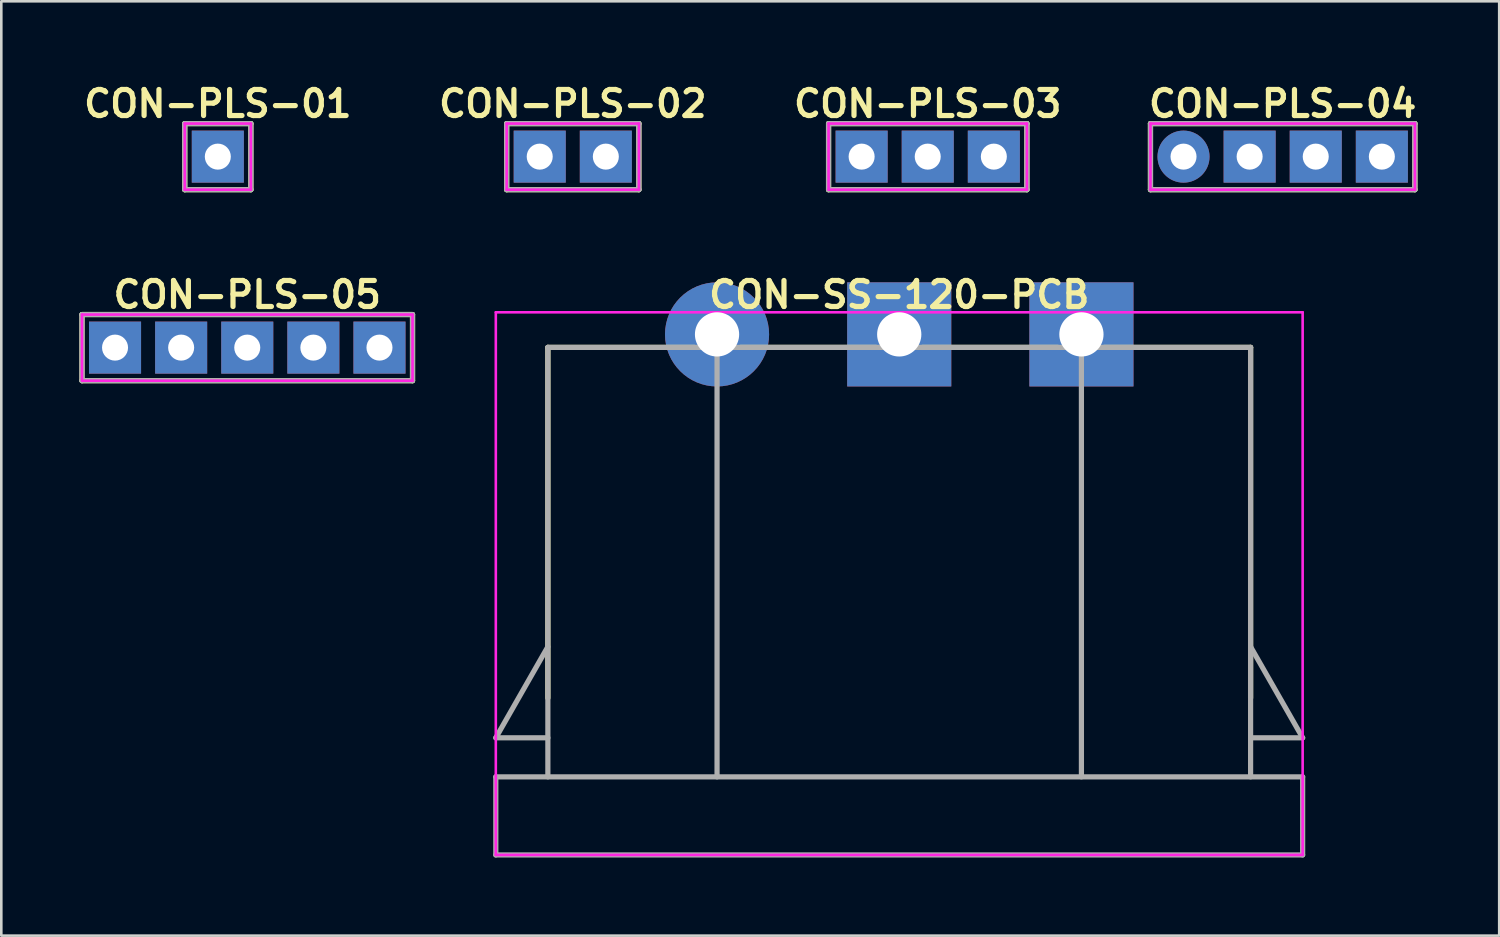
<source format=kicad_pcb>
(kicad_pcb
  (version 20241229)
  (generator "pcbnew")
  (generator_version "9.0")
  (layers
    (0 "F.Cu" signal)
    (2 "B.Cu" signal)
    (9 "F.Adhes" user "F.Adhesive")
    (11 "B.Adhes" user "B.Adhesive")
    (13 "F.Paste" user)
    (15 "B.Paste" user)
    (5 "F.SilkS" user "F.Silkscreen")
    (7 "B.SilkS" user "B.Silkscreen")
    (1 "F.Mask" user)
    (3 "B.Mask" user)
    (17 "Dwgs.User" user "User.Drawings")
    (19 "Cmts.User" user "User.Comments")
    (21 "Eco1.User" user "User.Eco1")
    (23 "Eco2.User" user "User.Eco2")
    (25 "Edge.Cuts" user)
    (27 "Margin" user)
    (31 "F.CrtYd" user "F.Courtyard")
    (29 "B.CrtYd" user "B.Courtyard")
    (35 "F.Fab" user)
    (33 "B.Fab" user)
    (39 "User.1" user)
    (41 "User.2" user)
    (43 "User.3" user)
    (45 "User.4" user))
  (footprint "CON-PLS-04"
    (layer "F.Cu")
    (at 46.233 2.968)
    (property "Reference" "CON-PLS-04" (at 0 -2.032 0) (layer "F.SilkS") (effects (font (size 1 1) (thickness 0.2))))
    (attr through_hole)
    (fp_line (start -5.08 -1.27) (end -5.08 1.27) (stroke (width 0.2) (type solid)) (layer "F.SilkS"))
    (fp_line (start -5.08 -1.27) (end 5.08 -1.27) (stroke (width 0.2) (type solid)) (layer "F.SilkS"))
    (fp_line (start -5.08 1.27) (end 5.08 1.27) (stroke (width 0.2) (type solid)) (layer "F.SilkS"))
    (fp_line (start 5.08 -1.27) (end 5.08 1.27) (stroke (width 0.2) (type solid)) (layer "F.SilkS"))
    (fp_line (start -5.08 -1.27) (end -5.08 1.27) (stroke (width 0.1) (type solid)) (layer "F.CrtYd"))
    (fp_line (start -5.08 -1.27) (end 5.08 -1.27) (stroke (width 0.1) (type solid)) (layer "F.CrtYd"))
    (fp_line (start -5.08 1.27) (end 5.08 1.27) (stroke (width 0.1) (type solid)) (layer "F.CrtYd"))
    (fp_line (start 5.08 -1.27) (end 5.08 1.27) (stroke (width 0.1) (type solid)) (layer "F.CrtYd"))
    (fp_line (start -5.08 -1.27) (end -5.08 1.27) (stroke (width 0.2) (type solid)) (layer "F.Fab"))
    (fp_line (start -5.08 -1.27) (end 5.08 -1.27) (stroke (width 0.2) (type solid)) (layer "F.Fab"))
    (fp_line (start -5.08 1.27) (end 5.08 1.27) (stroke (width 0.2) (type solid)) (layer "F.Fab"))
    (fp_line (start 5.08 -1.27) (end 5.08 1.27) (stroke (width 0.2) (type solid)) (layer "F.Fab"))
    (pad "1" thru_hole circle (at -3.81 0) (size 2 2) (drill 1) (layers "B.Cu" "B.Mask"))
    (pad "2" thru_hole rect (at -1.27 0) (size 2 2) (drill 1) (layers "B.Cu" "B.Mask"))
    (pad "3" thru_hole rect (at 1.27 0) (size 2 2) (drill 1) (layers "B.Cu" "B.Mask"))
    (pad "4" thru_hole rect (at 3.81 0) (size 2 2) (drill 1) (layers "B.Cu" "B.Mask")))
  (footprint "CON-PLS-02"
    (layer "F.Cu")
    (at 18.957 2.968)
    (property "Reference" "CON-PLS-02" (at 0 -2.032 0) (layer "F.SilkS") (effects (font (size 1 1) (thickness 0.2))))
    (attr through_hole)
    (fp_line (start -2.54 -1.27) (end -2.54 1.27) (stroke (width 0.2) (type solid)) (layer "F.SilkS"))
    (fp_line (start -2.54 -1.27) (end 2.54 -1.27) (stroke (width 0.2) (type solid)) (layer "F.SilkS"))
    (fp_line (start -2.54 1.27) (end 2.54 1.27) (stroke (width 0.2) (type solid)) (layer "F.SilkS"))
    (fp_line (start 2.54 -1.27) (end 2.54 1.27) (stroke (width 0.2) (type solid)) (layer "F.SilkS"))
    (fp_line (start -2.54 -1.27) (end -2.54 1.27) (stroke (width 0.1) (type solid)) (layer "F.CrtYd"))
    (fp_line (start -2.54 -1.27) (end 2.54 -1.27) (stroke (width 0.1) (type solid)) (layer "F.CrtYd"))
    (fp_line (start -2.54 1.27) (end 2.54 1.27) (stroke (width 0.1) (type solid)) (layer "F.CrtYd"))
    (fp_line (start 2.54 -1.27) (end 2.54 1.27) (stroke (width 0.1) (type solid)) (layer "F.CrtYd"))
    (fp_line (start -2.54 -1.27) (end -2.54 1.27) (stroke (width 0.2) (type solid)) (layer "F.Fab"))
    (fp_line (start -2.54 -1.27) (end 2.54 -1.27) (stroke (width 0.2) (type solid)) (layer "F.Fab"))
    (fp_line (start -2.54 1.27) (end 2.54 1.27) (stroke (width 0.2) (type solid)) (layer "F.Fab"))
    (fp_line (start 2.54 -1.27) (end 2.54 1.27) (stroke (width 0.2) (type solid)) (layer "F.Fab"))
    (pad "1" thru_hole rect (at -1.27 0) (size 2 2) (drill 1) (layers "B.Cu" "B.Mask"))
    (pad "2" thru_hole rect (at 1.27 0) (size 2 2) (drill 1) (layers "B.Cu" "B.Mask")))
  (footprint "CON-PLS-03"
    (layer "F.Cu")
    (at 32.595 2.968)
    (property "Reference" "CON-PLS-03" (at 0 -2.032 0) (layer "F.SilkS") (effects (font (size 1 1) (thickness 0.2))))
    (attr through_hole)
    (fp_line (start -3.81 -1.27) (end -3.81 1.27) (stroke (width 0.2) (type solid)) (layer "F.SilkS"))
    (fp_line (start -3.81 -1.27) (end 3.81 -1.27) (stroke (width 0.2) (type solid)) (layer "F.SilkS"))
    (fp_line (start -3.81 1.27) (end 3.81 1.27) (stroke (width 0.2) (type solid)) (layer "F.SilkS"))
    (fp_line (start 3.81 -1.27) (end 3.81 1.27) (stroke (width 0.2) (type solid)) (layer "F.SilkS"))
    (fp_line (start -3.81 -1.27) (end -3.81 1.27) (stroke (width 0.1) (type solid)) (layer "F.CrtYd"))
    (fp_line (start -3.81 -1.27) (end 3.81 -1.27) (stroke (width 0.1) (type solid)) (layer "F.CrtYd"))
    (fp_line (start -3.81 1.27) (end 3.81 1.27) (stroke (width 0.1) (type solid)) (layer "F.CrtYd"))
    (fp_line (start 3.81 -1.27) (end 3.81 1.27) (stroke (width 0.1) (type solid)) (layer "F.CrtYd"))
    (fp_line (start -3.81 -1.27) (end -3.81 1.27) (stroke (width 0.2) (type solid)) (layer "F.Fab"))
    (fp_line (start -3.81 -1.27) (end 3.81 -1.27) (stroke (width 0.2) (type solid)) (layer "F.Fab"))
    (fp_line (start -3.81 1.27) (end 3.81 1.27) (stroke (width 0.2) (type solid)) (layer "F.Fab"))
    (fp_line (start 3.81 -1.27) (end 3.81 1.27) (stroke (width 0.2) (type solid)) (layer "F.Fab"))
    (pad "1" thru_hole rect (at -2.54 0) (size 2 2) (drill 1) (layers "B.Cu" "B.Mask"))
    (pad "2" thru_hole rect (at 0 0) (size 2 2) (drill 1) (layers "B.Cu" "B.Mask"))
    (pad "3" thru_hole rect (at 2.54 0) (size 2 2) (drill 1) (layers "B.Cu" "B.Mask")))
  (footprint "CON-PLS-05"
    (layer "F.Cu")
    (at 6.45 10.306)
    (property "Reference" "CON-PLS-05" (at 0 -2.032 0) (layer "F.SilkS") (effects (font (size 1 1) (thickness 0.2))))
    (attr through_hole)
    (fp_line (start -6.35 -1.27) (end -6.35 1.27) (stroke (width 0.2) (type solid)) (layer "F.SilkS"))
    (fp_line (start -6.35 -1.27) (end 6.35 -1.27) (stroke (width 0.2) (type solid)) (layer "F.SilkS"))
    (fp_line (start -6.35 1.27) (end 6.35 1.27) (stroke (width 0.2) (type solid)) (layer "F.SilkS"))
    (fp_line (start 6.35 -1.27) (end 6.35 1.27) (stroke (width 0.2) (type solid)) (layer "F.SilkS"))
    (fp_line (start -6.35 -1.27) (end -6.35 1.27) (stroke (width 0.1) (type solid)) (layer "F.CrtYd"))
    (fp_line (start -6.35 -1.27) (end 6.35 -1.27) (stroke (width 0.1) (type solid)) (layer "F.CrtYd"))
    (fp_line (start -6.35 1.27) (end 6.35 1.27) (stroke (width 0.1) (type solid)) (layer "F.CrtYd"))
    (fp_line (start 6.35 -1.27) (end 6.35 1.27) (stroke (width 0.1) (type solid)) (layer "F.CrtYd"))
    (fp_line (start -6.35 -1.27) (end -6.35 1.27) (stroke (width 0.2) (type solid)) (layer "F.Fab"))
    (fp_line (start -6.35 -1.27) (end 6.35 -1.27) (stroke (width 0.2) (type solid)) (layer "F.Fab"))
    (fp_line (start -6.35 1.27) (end 6.35 1.27) (stroke (width 0.2) (type solid)) (layer "F.Fab"))
    (fp_line (start 6.35 -1.27) (end 6.35 1.27) (stroke (width 0.2) (type solid)) (layer "F.Fab"))
    (pad "1" thru_hole rect (at -5.08 0) (size 2 2) (drill 1) (layers "B.Cu" "B.Mask"))
    (pad "2" thru_hole rect (at -2.54 0) (size 2 2) (drill 1) (layers "B.Cu" "B.Mask"))
    (pad "3" thru_hole rect (at 0 0) (size 2 2) (drill 1) (layers "B.Cu" "B.Mask"))
    (pad "4" thru_hole rect (at 2.54 0) (size 2 2) (drill 1) (layers "B.Cu" "B.Mask"))
    (pad "5" thru_hole rect (at 5.08 0) (size 2 2) (drill 1) (layers "B.Cu" "B.Mask")))
  (footprint "CON-SS-120-PCB"
    (layer "F.Cu")
    (at 31.5 9.798)
    (property "Reference" "CON-SS-120-PCB" (at 0 -1.524 0) (layer "F.SilkS") (effects (font (size 1 1) (thickness 0.2))))
    (attr through_hole)
    (fp_line (start -13.5 0.5) (end -13.5 13.97) (stroke (width 0.2) (type solid)) (layer "F.SilkS"))
    (fp_line (start -13.5 0.5) (end -7.874 0.5) (stroke (width 0.2) (type solid)) (layer "F.SilkS"))
    (fp_line (start -6.096 0.5) (end -0.889 0.5) (stroke (width 0.2) (type solid)) (layer "F.SilkS"))
    (fp_line (start 0.889 0.5) (end 6.096 0.5) (stroke (width 0.2) (type solid)) (layer "F.SilkS"))
    (fp_line (start 7.874 0.5) (end 13.5 0.5) (stroke (width 0.2) (type solid)) (layer "F.SilkS"))
    (fp_line (start 13.5 0.5) (end 13.5 13.97) (stroke (width 0.2) (type solid)) (layer "F.SilkS"))
    (fp_line (start -15.5 -0.85) (end -15.5 20) (stroke (width 0.1) (type solid)) (layer "F.CrtYd"))
    (fp_line (start -15.5 -0.85) (end 15.5 -0.85) (stroke (width 0.1) (type solid)) (layer "F.CrtYd"))
    (fp_line (start -15.5 20) (end 15.5 20) (stroke (width 0.1) (type solid)) (layer "F.CrtYd"))
    (fp_line (start 15.5 -0.85) (end 15.5 20) (stroke (width 0.1) (type solid)) (layer "F.CrtYd"))
    (fp_line (start -15.5 15.5) (end -13.5 15.5) (stroke (width 0.2) (type solid)) (layer "F.Fab"))
    (fp_line (start -15.5 17) (end -15.5 20) (stroke (width 0.2) (type solid)) (layer "F.Fab"))
    (fp_line (start -15.5 17) (end 15.5 17) (stroke (width 0.2) (type solid)) (layer "F.Fab"))
    (fp_line (start -15.5 20) (end 15.5 20) (stroke (width 0.2) (type solid)) (layer "F.Fab"))
    (fp_line (start -13.5 0.5) (end -13.5 17) (stroke (width 0.2) (type solid)) (layer "F.Fab"))
    (fp_line (start -13.5 0.5) (end 13.5 0.5) (stroke (width 0.2) (type solid)) (layer "F.Fab"))
    (fp_line (start -13.5 12) (end -15.5 15.5) (stroke (width 0.2) (type solid)) (layer "F.Fab"))
    (fp_line (start -7 0.5) (end -7 17) (stroke (width 0.2) (type solid)) (layer "F.Fab"))
    (fp_line (start 7 0.5) (end 7 17) (stroke (width 0.2) (type solid)) (layer "F.Fab"))
    (fp_line (start 13.5 0.5) (end 13.5 17) (stroke (width 0.2) (type solid)) (layer "F.Fab"))
    (fp_line (start 13.5 12) (end 15.5 15.5) (stroke (width 0.2) (type solid)) (layer "F.Fab"))
    (fp_line (start 13.5 15.5) (end 15.5 15.5) (stroke (width 0.2) (type solid)) (layer "F.Fab"))
    (fp_line (start 15.5 17) (end 15.5 20) (stroke (width 0.2) (type solid)) (layer "F.Fab"))
    (pad "1" thru_hole circle (at -7 0) (size 4 4) (drill 1.7) (layers "B.Cu" "B.Mask"))
    (pad "2" thru_hole rect (at 0 0) (size 4 4) (drill 1.7) (layers "B.Cu" "B.Mask"))
    (pad "3" thru_hole rect (at 7 0) (size 4 4) (drill 1.7) (layers "B.Cu" "B.Mask")))
  (footprint "CON-PLS-01"
    (layer "F.Cu")
    (at 5.319 2.968)
    (property "Reference" "CON-PLS-01" (at 0 -2.032 0) (layer "F.SilkS") (effects (font (size 1 1) (thickness 0.2))))
    (attr through_hole)
    (fp_line (start -1.27 -1.27) (end -1.27 1.27) (stroke (width 0.2) (type solid)) (layer "F.SilkS"))
    (fp_line (start -1.27 -1.27) (end 1.27 -1.27) (stroke (width 0.2) (type solid)) (layer "F.SilkS"))
    (fp_line (start -1.27 1.27) (end 1.27 1.27) (stroke (width 0.2) (type solid)) (layer "F.SilkS"))
    (fp_line (start 1.27 -1.27) (end 1.27 1.27) (stroke (width 0.2) (type solid)) (layer "F.SilkS"))
    (fp_line (start -1.27 -1.27) (end -1.27 1.27) (stroke (width 0.1) (type solid)) (layer "F.CrtYd"))
    (fp_line (start -1.27 -1.27) (end 1.27 -1.27) (stroke (width 0.1) (type solid)) (layer "F.CrtYd"))
    (fp_line (start -1.27 1.27) (end 1.27 1.27) (stroke (width 0.1) (type solid)) (layer "F.CrtYd"))
    (fp_line (start 1.27 -1.27) (end 1.27 1.27) (stroke (width 0.1) (type solid)) (layer "F.CrtYd"))
    (fp_line (start -1.27 -1.27) (end -1.27 1.27) (stroke (width 0.2) (type solid)) (layer "F.Fab"))
    (fp_line (start -1.27 -1.27) (end 1.27 -1.27) (stroke (width 0.2) (type solid)) (layer "F.Fab"))
    (fp_line (start -1.27 1.27) (end 1.27 1.27) (stroke (width 0.2) (type solid)) (layer "F.Fab"))
    (fp_line (start 1.27 -1.27) (end 1.27 1.27) (stroke (width 0.2) (type solid)) (layer "F.Fab"))
    (pad "1" thru_hole rect (at 0 0) (size 2 2) (drill 1) (layers "B.Cu" "B.Mask")))
  (gr_rect
    (start -3 -3)
    (end 54.552 32.898)
    (stroke (width 0.1) (type default))
    (fill no)
    (layer "Edge.Cuts")))
</source>
